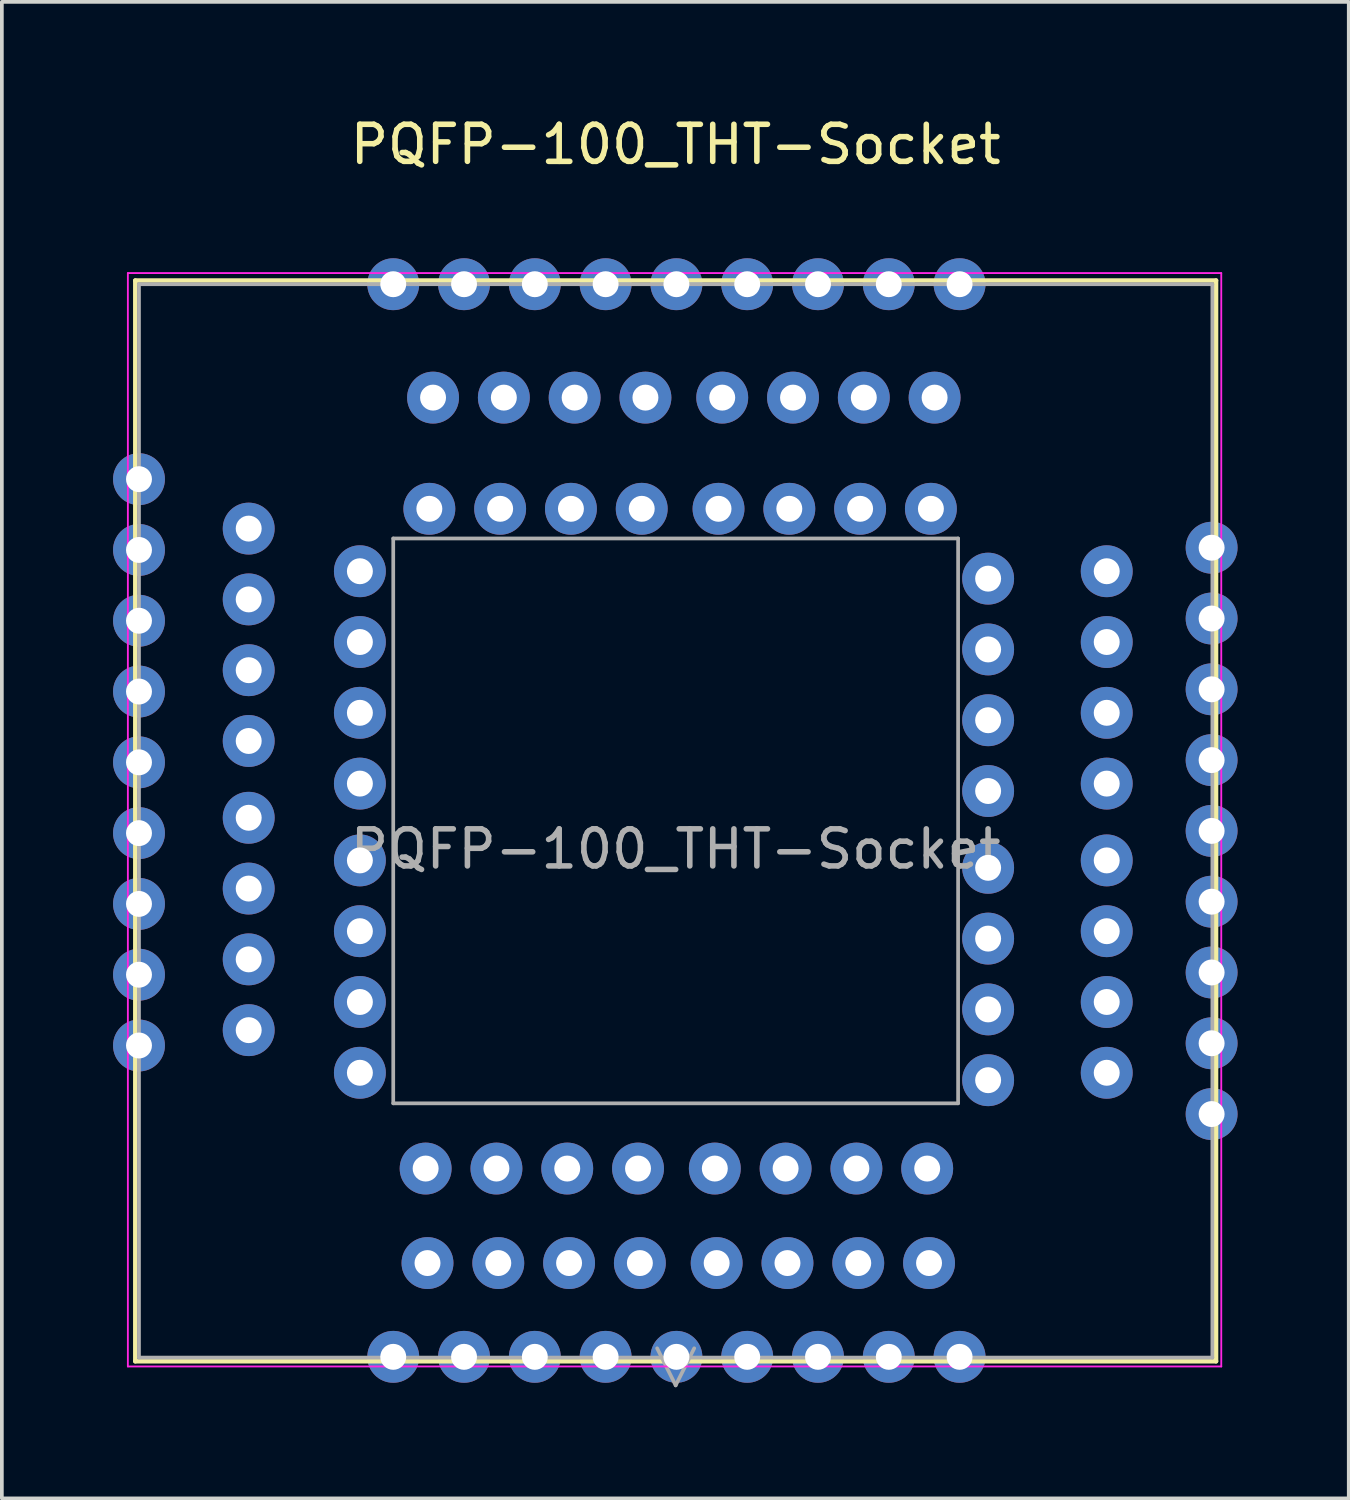
<source format=kicad_pcb>
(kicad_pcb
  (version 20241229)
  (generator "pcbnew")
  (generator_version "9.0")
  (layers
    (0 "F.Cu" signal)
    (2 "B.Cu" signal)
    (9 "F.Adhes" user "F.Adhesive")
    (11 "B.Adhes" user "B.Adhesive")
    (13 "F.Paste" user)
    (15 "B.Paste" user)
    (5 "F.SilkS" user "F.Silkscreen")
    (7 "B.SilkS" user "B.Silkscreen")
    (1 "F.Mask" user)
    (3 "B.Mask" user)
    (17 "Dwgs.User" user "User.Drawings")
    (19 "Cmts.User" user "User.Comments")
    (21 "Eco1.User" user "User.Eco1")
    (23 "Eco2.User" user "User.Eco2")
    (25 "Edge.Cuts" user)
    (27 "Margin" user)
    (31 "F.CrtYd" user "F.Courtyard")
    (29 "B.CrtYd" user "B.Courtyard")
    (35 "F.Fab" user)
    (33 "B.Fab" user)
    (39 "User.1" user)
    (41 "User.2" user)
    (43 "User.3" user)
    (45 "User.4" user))
  (footprint "PQFP-100_THT-Socket"
    (layer "F.Cu")
    (at 15.18 19.098)
    (property "Reference" "PQFP-100_THT-Socket" (at 0 -18.25 0) (layer "F.SilkS") (effects (font (size 1 1) (thickness 0.15))))
    (attr through_hole)
    (fp_line (start -14.58 14.58) (end -14.58 -14.58) (stroke (width 0.12) (type solid)) (layer "F.SilkS"))
    (fp_line (start -14.58 14.58) (end 14.58 14.58) (stroke (width 0.12) (type solid)) (layer "F.SilkS"))
    (fp_line (start 14.58 -14.58) (end -14.58 -14.58) (stroke (width 0.12) (type solid)) (layer "F.SilkS"))
    (fp_line (start 14.58 -14.58) (end 14.58 14.58) (stroke (width 0.12) (type solid)) (layer "F.SilkS"))
    (fp_line (start -14.78 -14.78) (end -14.78 14.72) (stroke (width 0.05) (type solid)) (layer "F.CrtYd"))
    (fp_line (start -14.78 14.72) (end 14.72 14.72) (stroke (width 0.05) (type solid)) (layer "F.CrtYd"))
    (fp_line (start 14.72 -14.78) (end -14.78 -14.78) (stroke (width 0.05) (type solid)) (layer "F.CrtYd"))
    (fp_line (start 14.72 14.72) (end 14.72 -14.78) (stroke (width 0.05) (type solid)) (layer "F.CrtYd"))
    (fp_line (start -14.48 -14.48) (end 14.48 -14.48) (stroke (width 0.1) (type solid)) (layer "F.Fab"))
    (fp_line (start -14.48 14.48) (end -14.48 -14.48) (stroke (width 0.1) (type solid)) (layer "F.Fab"))
    (fp_line (start -14.48 14.48) (end 14.48 14.48) (stroke (width 0.1) (type solid)) (layer "F.Fab"))
    (fp_line (start -7.62 -7.62) (end -7.62 7.62) (stroke (width 0.1) (type solid)) (layer "F.Fab"))
    (fp_line (start -7.62 -7.62) (end 7.62 -7.62) (stroke (width 0.1) (type solid)) (layer "F.Fab"))
    (fp_line (start -0.5 14.23) (end 0 15.23) (stroke (width 0.1) (type solid)) (layer "F.Fab"))
    (fp_line (start 0 15.23) (end 0.5 14.23) (stroke (width 0.1) (type solid)) (layer "F.Fab"))
    (fp_line (start 7.62 7.62) (end -7.62 7.62) (stroke (width 0.1) (type solid)) (layer "F.Fab"))
    (fp_line (start 7.62 7.62) (end 7.62 -7.62) (stroke (width 0.1) (type solid)) (layer "F.Fab"))
    (fp_line (start 14.48 -14.48) (end 14.48 14.48) (stroke (width 0.1) (type solid)) (layer "F.Fab"))
    (fp_text user "${REFERENCE}" (at 0 0.76 0) (layer "F.Fab") (effects (font (size 1 1) (thickness 0.15))))
    (pad "1" thru_hole circle (at 0.02 14.46) (size 1.4 1.4) (drill 0.7) (layers "*.Cu" "*.Mask"))
    (pad "14" thru_hole circle (at 14.46 7.91 90) (size 1.4 1.4) (drill 0.7) (layers "*.Cu" "*.Mask"))
    (pad "15" thru_hole circle (at 11.63 6.796 90) (size 1.4 1.4) (drill 0.7) (layers "*.Cu" "*.Mask"))
    (pad "16" thru_hole circle (at 8.43 6.996 90) (size 1.4 1.4) (drill 0.7) (layers "*.Cu" "*.Mask"))
    (pad "31" thru_hole circle (at -14.48 6.06 90) (size 1.4 1.4) (drill 0.7) (layers "*.Cu" "*.Mask"))
    (pad "31" thru_hole circle (at -11.52 5.646 90) (size 1.4 1.4) (drill 0.7) (layers "*.Cu" "*.Mask"))
    (pad "31" thru_hole circle (at -8.52 6.796 90) (size 1.4 1.4) (drill 0.7) (layers "*.Cu" "*.Mask"))
    (pad "31" thru_hole circle (at -7.62 -14.48) (size 1.4 1.4) (drill 0.7) (layers "*.Cu" "*.Mask"))
    (pad "31" thru_hole circle (at -7.62 14.46) (size 1.4 1.4) (drill 0.7) (layers "*.Cu" "*.Mask"))
    (pad "31" thru_hole circle (at -6.746 9.38) (size 1.4 1.4) (drill 0.7) (layers "*.Cu" "*.Mask"))
    (pad "31" thru_hole circle (at -6.696 11.93) (size 1.4 1.4) (drill 0.7) (layers "*.Cu" "*.Mask"))
    (pad "31" thru_hole circle (at -6.646 -8.42) (size 1.4 1.4) (drill 0.7) (layers "*.Cu" "*.Mask"))
    (pad "31" thru_hole circle (at -6.546 -11.42) (size 1.4 1.4) (drill 0.7) (layers "*.Cu" "*.Mask"))
    (pad "32" thru_hole circle (at -14.48 4.15 90) (size 1.4 1.4) (drill 0.7) (layers "*.Cu" "*.Mask"))
    (pad "32" thru_hole circle (at -11.52 3.736 90) (size 1.4 1.4) (drill 0.7) (layers "*.Cu" "*.Mask"))
    (pad "32" thru_hole circle (at -8.52 4.886 90) (size 1.4 1.4) (drill 0.7) (layers "*.Cu" "*.Mask"))
    (pad "32" thru_hole circle (at -5.71 -14.48) (size 1.4 1.4) (drill 0.7) (layers "*.Cu" "*.Mask"))
    (pad "32" thru_hole circle (at -5.71 14.46) (size 1.4 1.4) (drill 0.7) (layers "*.Cu" "*.Mask"))
    (pad "32" thru_hole circle (at -4.836 9.38) (size 1.4 1.4) (drill 0.7) (layers "*.Cu" "*.Mask"))
    (pad "32" thru_hole circle (at -4.786 11.93) (size 1.4 1.4) (drill 0.7) (layers "*.Cu" "*.Mask"))
    (pad "32" thru_hole circle (at -4.736 -8.42) (size 1.4 1.4) (drill 0.7) (layers "*.Cu" "*.Mask"))
    (pad "32" thru_hole circle (at -4.636 -11.42) (size 1.4 1.4) (drill 0.7) (layers "*.Cu" "*.Mask"))
    (pad "32" thru_hole circle (at 8.43 5.086 90) (size 1.4 1.4) (drill 0.7) (layers "*.Cu" "*.Mask"))
    (pad "32" thru_hole circle (at 11.63 4.886 90) (size 1.4 1.4) (drill 0.7) (layers "*.Cu" "*.Mask"))
    (pad "32" thru_hole circle (at 14.46 6 90) (size 1.4 1.4) (drill 0.7) (layers "*.Cu" "*.Mask"))
    (pad "33" thru_hole circle (at -14.48 2.24 90) (size 1.4 1.4) (drill 0.7) (layers "*.Cu" "*.Mask"))
    (pad "33" thru_hole circle (at -11.52 1.826 90) (size 1.4 1.4) (drill 0.7) (layers "*.Cu" "*.Mask"))
    (pad "33" thru_hole circle (at -8.52 2.976 90) (size 1.4 1.4) (drill 0.7) (layers "*.Cu" "*.Mask"))
    (pad "33" thru_hole circle (at -3.8 -14.48) (size 1.4 1.4) (drill 0.7) (layers "*.Cu" "*.Mask"))
    (pad "33" thru_hole circle (at -3.8 14.46) (size 1.4 1.4) (drill 0.7) (layers "*.Cu" "*.Mask"))
    (pad "33" thru_hole circle (at -2.926 9.38) (size 1.4 1.4) (drill 0.7) (layers "*.Cu" "*.Mask"))
    (pad "33" thru_hole circle (at -2.876 11.93) (size 1.4 1.4) (drill 0.7) (layers "*.Cu" "*.Mask"))
    (pad "33" thru_hole circle (at -2.826 -8.42) (size 1.4 1.4) (drill 0.7) (layers "*.Cu" "*.Mask"))
    (pad "33" thru_hole circle (at -2.726 -11.42) (size 1.4 1.4) (drill 0.7) (layers "*.Cu" "*.Mask"))
    (pad "33" thru_hole circle (at 8.43 3.176 90) (size 1.4 1.4) (drill 0.7) (layers "*.Cu" "*.Mask"))
    (pad "33" thru_hole circle (at 11.63 2.976 90) (size 1.4 1.4) (drill 0.7) (layers "*.Cu" "*.Mask"))
    (pad "33" thru_hole circle (at 14.46 4.09 90) (size 1.4 1.4) (drill 0.7) (layers "*.Cu" "*.Mask"))
    (pad "34" thru_hole circle (at -14.48 0.33 90) (size 1.4 1.4) (drill 0.7) (layers "*.Cu" "*.Mask"))
    (pad "34" thru_hole circle (at -11.52 -0.084 90) (size 1.4 1.4) (drill 0.7) (layers "*.Cu" "*.Mask"))
    (pad "34" thru_hole circle (at -8.52 1.066 90) (size 1.4 1.4) (drill 0.7) (layers "*.Cu" "*.Mask"))
    (pad "34" thru_hole circle (at -1.89 -14.48) (size 1.4 1.4) (drill 0.7) (layers "*.Cu" "*.Mask"))
    (pad "34" thru_hole circle (at -1.89 14.46) (size 1.4 1.4) (drill 0.7) (layers "*.Cu" "*.Mask"))
    (pad "34" thru_hole circle (at -1.016 9.38) (size 1.4 1.4) (drill 0.7) (layers "*.Cu" "*.Mask"))
    (pad "34" thru_hole circle (at -0.966 11.93) (size 1.4 1.4) (drill 0.7) (layers "*.Cu" "*.Mask"))
    (pad "34" thru_hole circle (at -0.916 -8.42) (size 1.4 1.4) (drill 0.7) (layers "*.Cu" "*.Mask"))
    (pad "34" thru_hole circle (at -0.816 -11.42) (size 1.4 1.4) (drill 0.7) (layers "*.Cu" "*.Mask"))
    (pad "34" thru_hole circle (at 8.43 1.266 90) (size 1.4 1.4) (drill 0.7) (layers "*.Cu" "*.Mask"))
    (pad "34" thru_hole circle (at 11.63 1.066 90) (size 1.4 1.4) (drill 0.7) (layers "*.Cu" "*.Mask"))
    (pad "34" thru_hole circle (at 14.46 2.18 90) (size 1.4 1.4) (drill 0.7) (layers "*.Cu" "*.Mask"))
    (pad "35" thru_hole circle (at -14.48 -1.58 90) (size 1.4 1.4) (drill 0.7) (layers "*.Cu" "*.Mask"))
    (pad "35" thru_hole circle (at 0.02 -14.48) (size 1.4 1.4) (drill 0.7) (layers "*.Cu" "*.Mask"))
    (pad "35" thru_hole circle (at 14.46 0.27 90) (size 1.4 1.4) (drill 0.7) (layers "*.Cu" "*.Mask"))
    (pad "36" thru_hole circle (at -14.48 -3.49 90) (size 1.4 1.4) (drill 0.7) (layers "*.Cu" "*.Mask"))
    (pad "36" thru_hole circle (at -11.52 -2.156 90) (size 1.4 1.4) (drill 0.7) (layers "*.Cu" "*.Mask"))
    (pad "36" thru_hole circle (at -8.52 -1.006 90) (size 1.4 1.4) (drill 0.7) (layers "*.Cu" "*.Mask"))
    (pad "36" thru_hole circle (at 1.056 9.38) (size 1.4 1.4) (drill 0.7) (layers "*.Cu" "*.Mask"))
    (pad "36" thru_hole circle (at 1.106 11.93) (size 1.4 1.4) (drill 0.7) (layers "*.Cu" "*.Mask"))
    (pad "36" thru_hole circle (at 1.156 -8.42) (size 1.4 1.4) (drill 0.7) (layers "*.Cu" "*.Mask"))
    (pad "36" thru_hole circle (at 1.256 -11.42) (size 1.4 1.4) (drill 0.7) (layers "*.Cu" "*.Mask"))
    (pad "36" thru_hole circle (at 1.93 -14.48) (size 1.4 1.4) (drill 0.7) (layers "*.Cu" "*.Mask"))
    (pad "36" thru_hole circle (at 1.93 14.46) (size 1.4 1.4) (drill 0.7) (layers "*.Cu" "*.Mask"))
    (pad "36" thru_hole circle (at 8.43 -0.806 90) (size 1.4 1.4) (drill 0.7) (layers "*.Cu" "*.Mask"))
    (pad "36" thru_hole circle (at 11.63 -1.006 90) (size 1.4 1.4) (drill 0.7) (layers "*.Cu" "*.Mask"))
    (pad "36" thru_hole circle (at 14.46 -1.64 90) (size 1.4 1.4) (drill 0.7) (layers "*.Cu" "*.Mask"))
    (pad "37" thru_hole circle (at -14.48 -5.4 90) (size 1.4 1.4) (drill 0.7) (layers "*.Cu" "*.Mask"))
    (pad "37" thru_hole circle (at -11.52 -4.066 90) (size 1.4 1.4) (drill 0.7) (layers "*.Cu" "*.Mask"))
    (pad "37" thru_hole circle (at -8.52 -2.916 90) (size 1.4 1.4) (drill 0.7) (layers "*.Cu" "*.Mask"))
    (pad "37" thru_hole circle (at 2.966 9.38) (size 1.4 1.4) (drill 0.7) (layers "*.Cu" "*.Mask"))
    (pad "37" thru_hole circle (at 3.016 11.93) (size 1.4 1.4) (drill 0.7) (layers "*.Cu" "*.Mask"))
    (pad "37" thru_hole circle (at 3.066 -8.42) (size 1.4 1.4) (drill 0.7) (layers "*.Cu" "*.Mask"))
    (pad "37" thru_hole circle (at 3.166 -11.42) (size 1.4 1.4) (drill 0.7) (layers "*.Cu" "*.Mask"))
    (pad "37" thru_hole circle (at 3.84 -14.48) (size 1.4 1.4) (drill 0.7) (layers "*.Cu" "*.Mask"))
    (pad "37" thru_hole circle (at 3.84 14.46) (size 1.4 1.4) (drill 0.7) (layers "*.Cu" "*.Mask"))
    (pad "37" thru_hole circle (at 8.43 -2.716 90) (size 1.4 1.4) (drill 0.7) (layers "*.Cu" "*.Mask"))
    (pad "37" thru_hole circle (at 11.63 -2.916 90) (size 1.4 1.4) (drill 0.7) (layers "*.Cu" "*.Mask"))
    (pad "37" thru_hole circle (at 14.46 -3.55 90) (size 1.4 1.4) (drill 0.7) (layers "*.Cu" "*.Mask"))
    (pad "38" thru_hole circle (at -14.48 -7.31 90) (size 1.4 1.4) (drill 0.7) (layers "*.Cu" "*.Mask"))
    (pad "38" thru_hole circle (at -11.52 -5.976 90) (size 1.4 1.4) (drill 0.7) (layers "*.Cu" "*.Mask"))
    (pad "38" thru_hole circle (at -8.52 -4.826 90) (size 1.4 1.4) (drill 0.7) (layers "*.Cu" "*.Mask"))
    (pad "38" thru_hole circle (at 4.876 9.38) (size 1.4 1.4) (drill 0.7) (layers "*.Cu" "*.Mask"))
    (pad "38" thru_hole circle (at 4.926 11.93) (size 1.4 1.4) (drill 0.7) (layers "*.Cu" "*.Mask"))
    (pad "38" thru_hole circle (at 4.976 -8.42) (size 1.4 1.4) (drill 0.7) (layers "*.Cu" "*.Mask"))
    (pad "38" thru_hole circle (at 5.076 -11.42) (size 1.4 1.4) (drill 0.7) (layers "*.Cu" "*.Mask"))
    (pad "38" thru_hole circle (at 5.75 -14.48) (size 1.4 1.4) (drill 0.7) (layers "*.Cu" "*.Mask"))
    (pad "38" thru_hole circle (at 5.75 14.46) (size 1.4 1.4) (drill 0.7) (layers "*.Cu" "*.Mask"))
    (pad "38" thru_hole circle (at 8.43 -4.626 90) (size 1.4 1.4) (drill 0.7) (layers "*.Cu" "*.Mask"))
    (pad "38" thru_hole circle (at 11.63 -4.826 90) (size 1.4 1.4) (drill 0.7) (layers "*.Cu" "*.Mask"))
    (pad "38" thru_hole circle (at 14.46 -5.46 90) (size 1.4 1.4) (drill 0.7) (layers "*.Cu" "*.Mask"))
    (pad "39" thru_hole circle (at 6.786 9.38) (size 1.4 1.4) (drill 0.7) (layers "*.Cu" "*.Mask"))
    (pad "39" thru_hole circle (at 6.836 11.93) (size 1.4 1.4) (drill 0.7) (layers "*.Cu" "*.Mask"))
    (pad "39" thru_hole circle (at 7.66 -14.48) (size 1.4 1.4) (drill 0.7) (layers "*.Cu" "*.Mask"))
    (pad "39" thru_hole circle (at 7.66 14.46) (size 1.4 1.4) (drill 0.7) (layers "*.Cu" "*.Mask"))
    (pad "39" thru_hole circle (at 8.43 -6.536 90) (size 1.4 1.4) (drill 0.7) (layers "*.Cu" "*.Mask"))
    (pad "39" thru_hole circle (at 11.63 -6.736 90) (size 1.4 1.4) (drill 0.7) (layers "*.Cu" "*.Mask"))
    (pad "39" thru_hole circle (at 14.46 -7.37 90) (size 1.4 1.4) (drill 0.7) (layers "*.Cu" "*.Mask"))
    (pad "40" thru_hole circle (at 6.986 -11.42) (size 1.4 1.4) (drill 0.7) (layers "*.Cu" "*.Mask"))
    (pad "41" thru_hole circle (at 6.886 -8.42) (size 1.4 1.4) (drill 0.7) (layers "*.Cu" "*.Mask"))
    (pad "64" thru_hole circle (at -14.48 -9.22 90) (size 1.4 1.4) (drill 0.7) (layers "*.Cu" "*.Mask"))
    (pad "65" thru_hole circle (at -11.52 -7.886 90) (size 1.4 1.4) (drill 0.7) (layers "*.Cu" "*.Mask"))
    (pad "66" thru_hole circle (at -8.52 -6.736 90) (size 1.4 1.4) (drill 0.7) (layers "*.Cu" "*.Mask")))
  (gr_rect
    (start -3 -3)
    (end 33.34 37.378)
    (stroke (width 0.1) (type default))
    (fill no)
    (layer "Edge.Cuts")))
</source>
